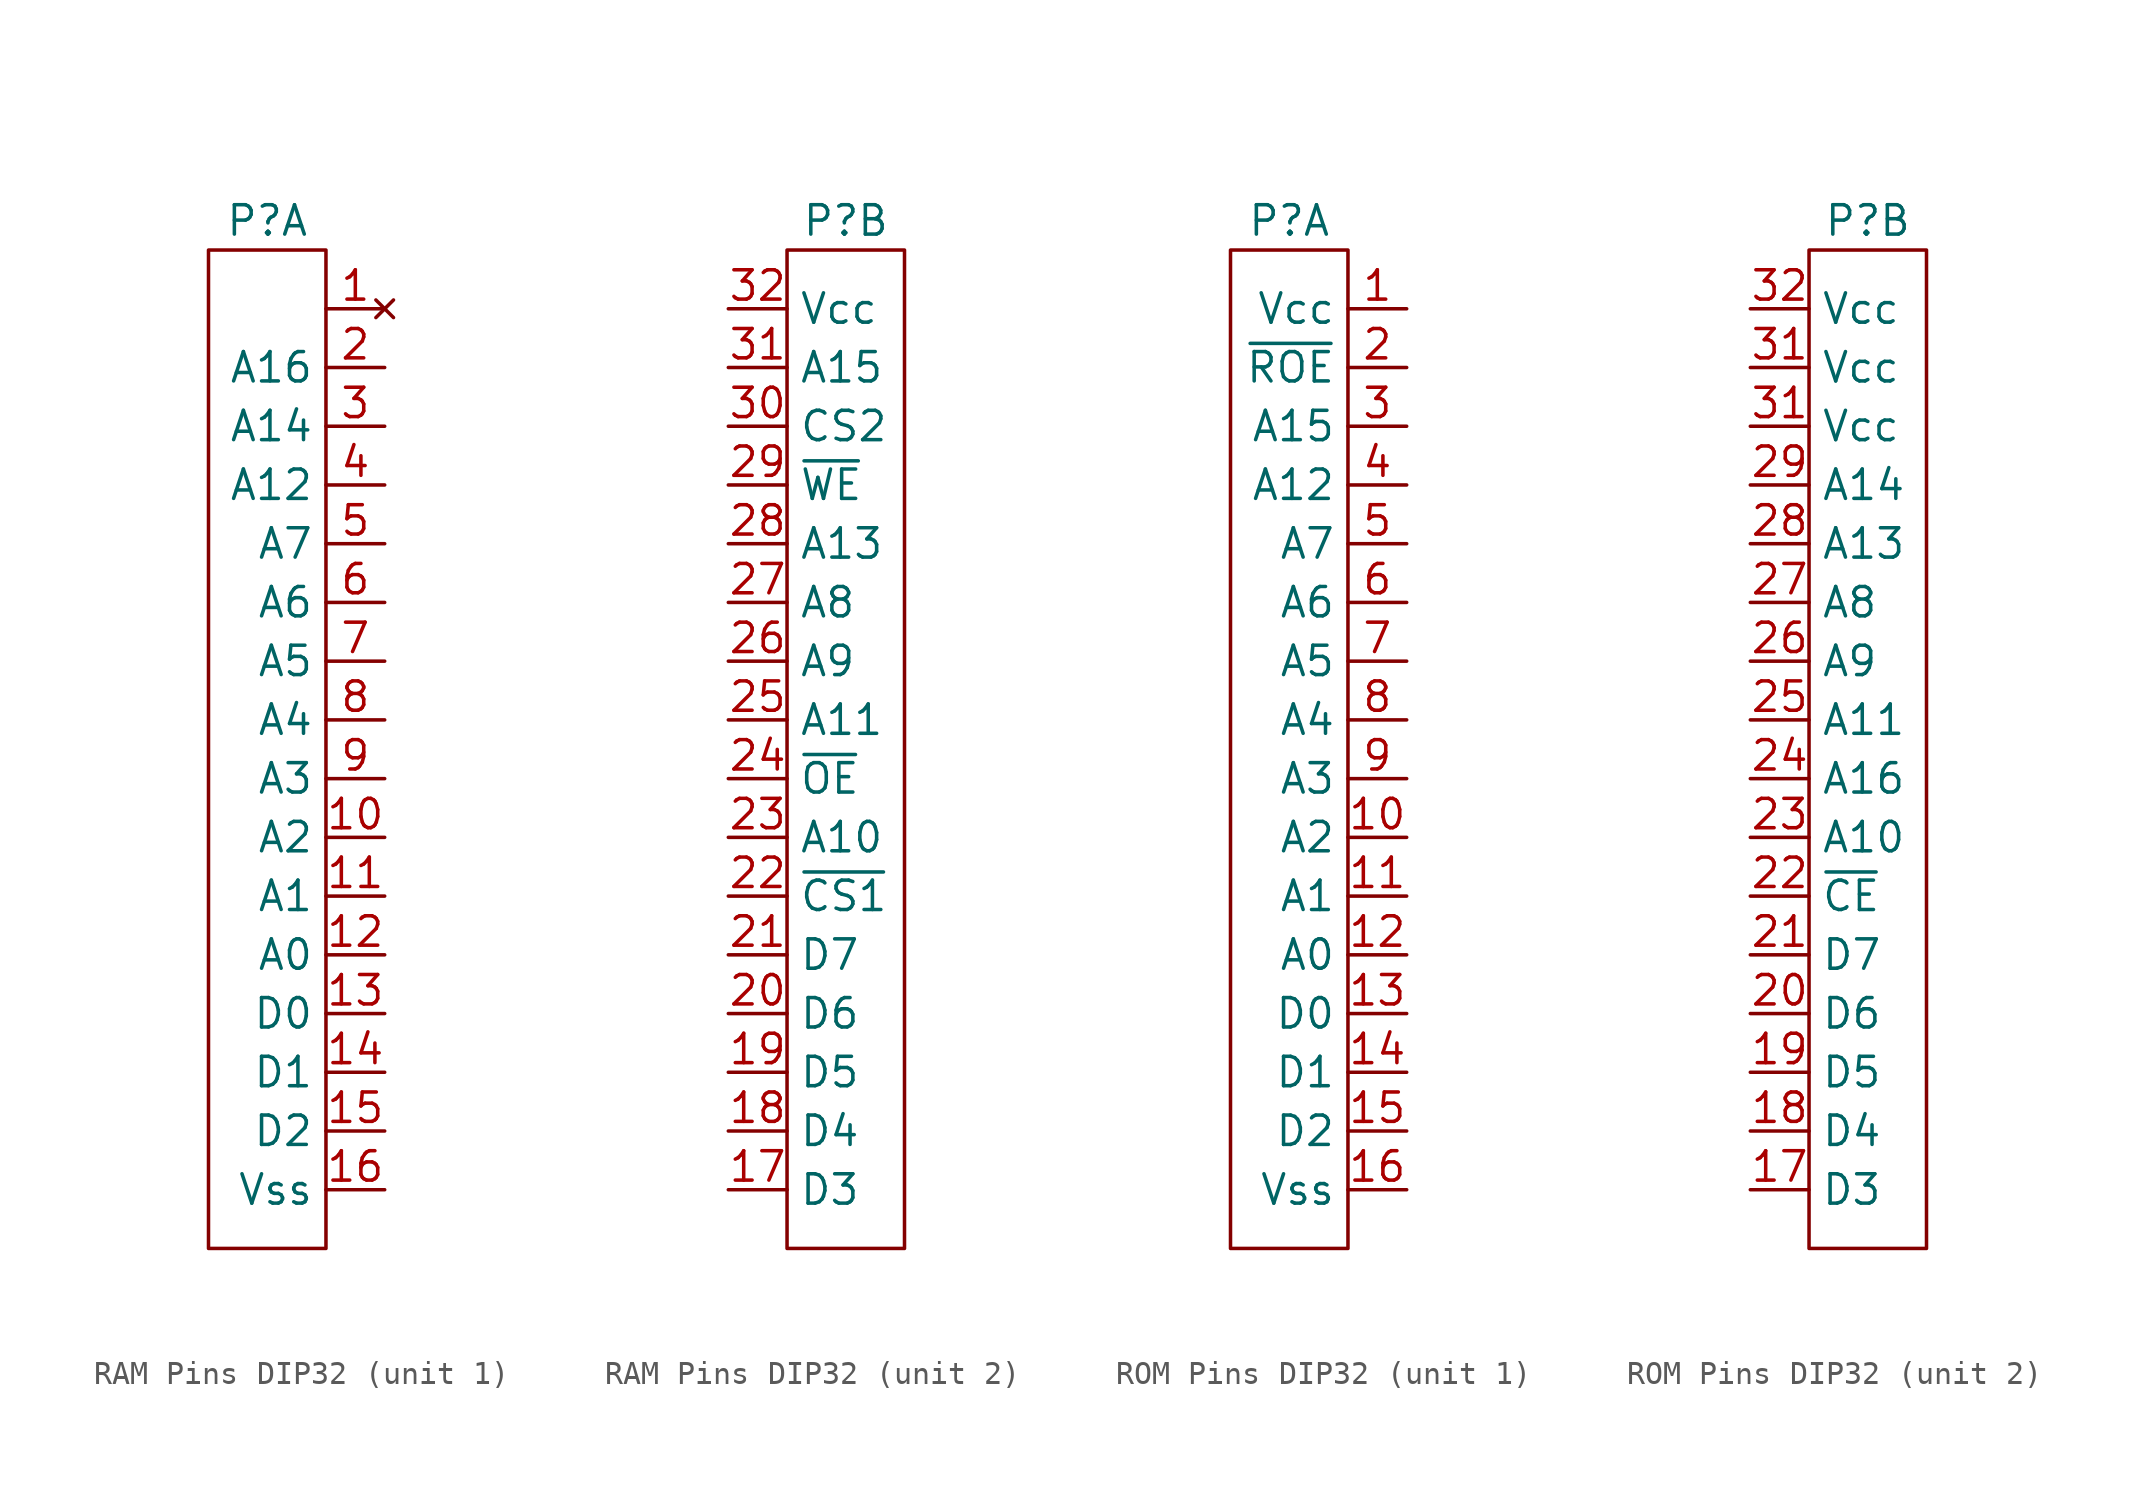
<source format=kicad_sym>
(kicad_symbol_lib
  (version 20231120)
  (generator "kicad_symbol_editor")
  (generator_version "8.0")
  (symbol "RAM Pins DIP32"
    (property "Reference" "P"
      (at 0 0 0)
      (effects (font (size 1.27 1.27))))
    (property "ki_locked" ""
      (at 0 0 0)
      (effects (font (size 1.27 1.27))))
    (symbol "RAM Pins DIP32_1_1"
      (rectangle (start -2.54 -1.27) (end 2.54 -44.45) (stroke (width 0) (type default)) (fill (type none)))
      (pin no_connect line (at 5.08 -3.81 180) (length 2.54) (name "" (effects (font (size 1.27 1.27)))) (number "1" (effects (font (size 1.27 1.27)))))
      (pin input line (at 5.08 -26.67 180) (length 2.54) (name "A2" (effects (font (size 1.27 1.27)))) (number "10" (effects (font (size 1.27 1.27)))))
      (pin input line (at 5.08 -29.21 180) (length 2.54) (name "A1" (effects (font (size 1.27 1.27)))) (number "11" (effects (font (size 1.27 1.27)))))
      (pin input line (at 5.08 -31.75 180) (length 2.54) (name "A0" (effects (font (size 1.27 1.27)))) (number "12" (effects (font (size 1.27 1.27)))))
      (pin tri_state line (at 5.08 -34.29 180) (length 2.54) (name "D0" (effects (font (size 1.27 1.27)))) (number "13" (effects (font (size 1.27 1.27)))))
      (pin tri_state line (at 5.08 -36.83 180) (length 2.54) (name "D1" (effects (font (size 1.27 1.27)))) (number "14" (effects (font (size 1.27 1.27)))))
      (pin tri_state line (at 5.08 -39.37 180) (length 2.54) (name "D2" (effects (font (size 1.27 1.27)))) (number "15" (effects (font (size 1.27 1.27)))))
      (pin power_in line (at 5.08 -41.91 180) (length 2.54) (name "Vss" (effects (font (size 1.27 1.27)))) (number "16" (effects (font (size 1.27 1.27)))))
      (pin input line (at 5.08 -6.35 180) (length 2.54) (name "A16" (effects (font (size 1.27 1.27)))) (number "2" (effects (font (size 1.27 1.27)))))
      (pin input line (at 5.08 -8.89 180) (length 2.54) (name "A14" (effects (font (size 1.27 1.27)))) (number "3" (effects (font (size 1.27 1.27)))))
      (pin input line (at 5.08 -11.43 180) (length 2.54) (name "A12" (effects (font (size 1.27 1.27)))) (number "4" (effects (font (size 1.27 1.27)))))
      (pin input line (at 5.08 -13.97 180) (length 2.54) (name "A7" (effects (font (size 1.27 1.27)))) (number "5" (effects (font (size 1.27 1.27)))))
      (pin input line (at 5.08 -16.51 180) (length 2.54) (name "A6" (effects (font (size 1.27 1.27)))) (number "6" (effects (font (size 1.27 1.27)))))
      (pin input line (at 5.08 -19.05 180) (length 2.54) (name "A5" (effects (font (size 1.27 1.27)))) (number "7" (effects (font (size 1.27 1.27)))))
      (pin input line (at 5.08 -21.59 180) (length 2.54) (name "A4" (effects (font (size 1.27 1.27)))) (number "8" (effects (font (size 1.27 1.27)))))
      (pin input line (at 5.08 -24.13 180) (length 2.54) (name "A3" (effects (font (size 1.27 1.27)))) (number "9" (effects (font (size 1.27 1.27))))))
    (symbol "RAM Pins DIP32_2_1"
      (rectangle (start -2.54 -1.27) (end 2.54 -44.45) (stroke (width 0) (type default)) (fill (type none)))
      (pin tri_state line (at -5.08 -41.91 0) (length 2.54) (name "D3" (effects (font (size 1.27 1.27)))) (number "17" (effects (font (size 1.27 1.27)))))
      (pin tri_state line (at -5.08 -39.37 0) (length 2.54) (name "D4" (effects (font (size 1.27 1.27)))) (number "18" (effects (font (size 1.27 1.27)))))
      (pin tri_state line (at -5.08 -36.83 0) (length 2.54) (name "D5" (effects (font (size 1.27 1.27)))) (number "19" (effects (font (size 1.27 1.27)))))
      (pin tri_state line (at -5.08 -34.29 0) (length 2.54) (name "D6" (effects (font (size 1.27 1.27)))) (number "20" (effects (font (size 1.27 1.27)))))
      (pin tri_state line (at -5.08 -31.75 0) (length 2.54) (name "D7" (effects (font (size 1.27 1.27)))) (number "21" (effects (font (size 1.27 1.27)))))
      (pin input line (at -5.08 -29.21 0) (length 2.54) (name "~{CS1}" (effects (font (size 1.27 1.27)))) (number "22" (effects (font (size 1.27 1.27)))))
      (pin input line (at -5.08 -26.67 0) (length 2.54) (name "A10" (effects (font (size 1.27 1.27)))) (number "23" (effects (font (size 1.27 1.27)))))
      (pin input line (at -5.08 -24.13 0) (length 2.54) (name "~{OE}" (effects (font (size 1.27 1.27)))) (number "24" (effects (font (size 1.27 1.27)))))
      (pin input line (at -5.08 -21.59 0) (length 2.54) (name "A11" (effects (font (size 1.27 1.27)))) (number "25" (effects (font (size 1.27 1.27)))))
      (pin input line (at -5.08 -19.05 0) (length 2.54) (name "A9" (effects (font (size 1.27 1.27)))) (number "26" (effects (font (size 1.27 1.27)))))
      (pin input line (at -5.08 -16.51 0) (length 2.54) (name "A8" (effects (font (size 1.27 1.27)))) (number "27" (effects (font (size 1.27 1.27)))))
      (pin input line (at -5.08 -13.97 0) (length 2.54) (name "A13" (effects (font (size 1.27 1.27)))) (number "28" (effects (font (size 1.27 1.27)))))
      (pin input line (at -5.08 -11.43 0) (length 2.54) (name "~{WE}" (effects (font (size 1.27 1.27)))) (number "29" (effects (font (size 1.27 1.27)))))
      (pin input line (at -5.08 -8.89 0) (length 2.54) (name "CS2" (effects (font (size 1.27 1.27)))) (number "30" (effects (font (size 1.27 1.27)))))
      (pin input line (at -5.08 -6.35 0) (length 2.54) (name "A15" (effects (font (size 1.27 1.27)))) (number "31" (effects (font (size 1.27 1.27)))))
      (pin power_in line (at -5.08 -3.81 0) (length 2.54) (name "Vcc" (effects (font (size 1.27 1.27)))) (number "32" (effects (font (size 1.27 1.27)))))))
  (symbol "ROM Pins DIP32"
    (property "Reference" "P"
      (at 0 0 0)
      (effects (font (size 1.27 1.27))))
    (property "ki_locked" ""
      (at 0 0 0)
      (effects (font (size 1.27 1.27))))
    (symbol "ROM Pins DIP32_1_1"
      (rectangle (start -2.54 -1.27) (end 2.54 -44.45) (stroke (width 0) (type default)) (fill (type none)))
      (pin power_in line (at 5.08 -3.81 180) (length 2.54) (name "Vcc" (effects (font (size 1.27 1.27)))) (number "1" (effects (font (size 1.27 1.27)))))
      (pin input line (at 5.08 -26.67 180) (length 2.54) (name "A2" (effects (font (size 1.27 1.27)))) (number "10" (effects (font (size 1.27 1.27)))))
      (pin input line (at 5.08 -29.21 180) (length 2.54) (name "A1" (effects (font (size 1.27 1.27)))) (number "11" (effects (font (size 1.27 1.27)))))
      (pin input line (at 5.08 -31.75 180) (length 2.54) (name "A0" (effects (font (size 1.27 1.27)))) (number "12" (effects (font (size 1.27 1.27)))))
      (pin tri_state line (at 5.08 -34.29 180) (length 2.54) (name "D0" (effects (font (size 1.27 1.27)))) (number "13" (effects (font (size 1.27 1.27)))))
      (pin tri_state line (at 5.08 -36.83 180) (length 2.54) (name "D1" (effects (font (size 1.27 1.27)))) (number "14" (effects (font (size 1.27 1.27)))))
      (pin tri_state line (at 5.08 -39.37 180) (length 2.54) (name "D2" (effects (font (size 1.27 1.27)))) (number "15" (effects (font (size 1.27 1.27)))))
      (pin power_in line (at 5.08 -41.91 180) (length 2.54) (name "Vss" (effects (font (size 1.27 1.27)))) (number "16" (effects (font (size 1.27 1.27)))))
      (pin input line (at 5.08 -6.35 180) (length 2.54) (name "~{ROE}" (effects (font (size 1.27 1.27)))) (number "2" (effects (font (size 1.27 1.27)))))
      (pin input line (at 5.08 -8.89 180) (length 2.54) (name "A15" (effects (font (size 1.27 1.27)))) (number "3" (effects (font (size 1.27 1.27)))))
      (pin input line (at 5.08 -11.43 180) (length 2.54) (name "A12" (effects (font (size 1.27 1.27)))) (number "4" (effects (font (size 1.27 1.27)))))
      (pin input line (at 5.08 -13.97 180) (length 2.54) (name "A7" (effects (font (size 1.27 1.27)))) (number "5" (effects (font (size 1.27 1.27)))))
      (pin input line (at 5.08 -16.51 180) (length 2.54) (name "A6" (effects (font (size 1.27 1.27)))) (number "6" (effects (font (size 1.27 1.27)))))
      (pin input line (at 5.08 -19.05 180) (length 2.54) (name "A5" (effects (font (size 1.27 1.27)))) (number "7" (effects (font (size 1.27 1.27)))))
      (pin input line (at 5.08 -21.59 180) (length 2.54) (name "A4" (effects (font (size 1.27 1.27)))) (number "8" (effects (font (size 1.27 1.27)))))
      (pin input line (at 5.08 -24.13 180) (length 2.54) (name "A3" (effects (font (size 1.27 1.27)))) (number "9" (effects (font (size 1.27 1.27))))))
    (symbol "ROM Pins DIP32_2_1"
      (rectangle (start -2.54 -1.27) (end 2.54 -44.45) (stroke (width 0) (type default)) (fill (type none)))
      (pin tri_state line (at -5.08 -41.91 0) (length 2.54) (name "D3" (effects (font (size 1.27 1.27)))) (number "17" (effects (font (size 1.27 1.27)))))
      (pin tri_state line (at -5.08 -39.37 0) (length 2.54) (name "D4" (effects (font (size 1.27 1.27)))) (number "18" (effects (font (size 1.27 1.27)))))
      (pin tri_state line (at -5.08 -36.83 0) (length 2.54) (name "D5" (effects (font (size 1.27 1.27)))) (number "19" (effects (font (size 1.27 1.27)))))
      (pin tri_state line (at -5.08 -34.29 0) (length 2.54) (name "D6" (effects (font (size 1.27 1.27)))) (number "20" (effects (font (size 1.27 1.27)))))
      (pin tri_state line (at -5.08 -31.75 0) (length 2.54) (name "D7" (effects (font (size 1.27 1.27)))) (number "21" (effects (font (size 1.27 1.27)))))
      (pin input line (at -5.08 -29.21 0) (length 2.54) (name "~{CE}" (effects (font (size 1.27 1.27)))) (number "22" (effects (font (size 1.27 1.27)))))
      (pin input line (at -5.08 -26.67 0) (length 2.54) (name "A10" (effects (font (size 1.27 1.27)))) (number "23" (effects (font (size 1.27 1.27)))))
      (pin input line (at -5.08 -24.13 0) (length 2.54) (name "A16" (effects (font (size 1.27 1.27)))) (number "24" (effects (font (size 1.27 1.27)))))
      (pin input line (at -5.08 -21.59 0) (length 2.54) (name "A11" (effects (font (size 1.27 1.27)))) (number "25" (effects (font (size 1.27 1.27)))))
      (pin input line (at -5.08 -19.05 0) (length 2.54) (name "A9" (effects (font (size 1.27 1.27)))) (number "26" (effects (font (size 1.27 1.27)))))
      (pin input line (at -5.08 -16.51 0) (length 2.54) (name "A8" (effects (font (size 1.27 1.27)))) (number "27" (effects (font (size 1.27 1.27)))))
      (pin input line (at -5.08 -13.97 0) (length 2.54) (name "A13" (effects (font (size 1.27 1.27)))) (number "28" (effects (font (size 1.27 1.27)))))
      (pin input line (at -5.08 -11.43 0) (length 2.54) (name "A14" (effects (font (size 1.27 1.27)))) (number "29" (effects (font (size 1.27 1.27)))))
      (pin power_in line (at -5.08 -8.89 0) (length 2.54) (name "Vcc" (effects (font (size 1.27 1.27)))) (number "31" (effects (font (size 1.27 1.27)))))
      (pin power_in line (at -5.08 -6.35 0) (length 2.54) (name "Vcc" (effects (font (size 1.27 1.27)))) (number "31" (effects (font (size 1.27 1.27)))))
      (pin power_in line (at -5.08 -3.81 0) (length 2.54) (name "Vcc" (effects (font (size 1.27 1.27)))) (number "32" (effects (font (size 1.27 1.27))))))))
</source>
